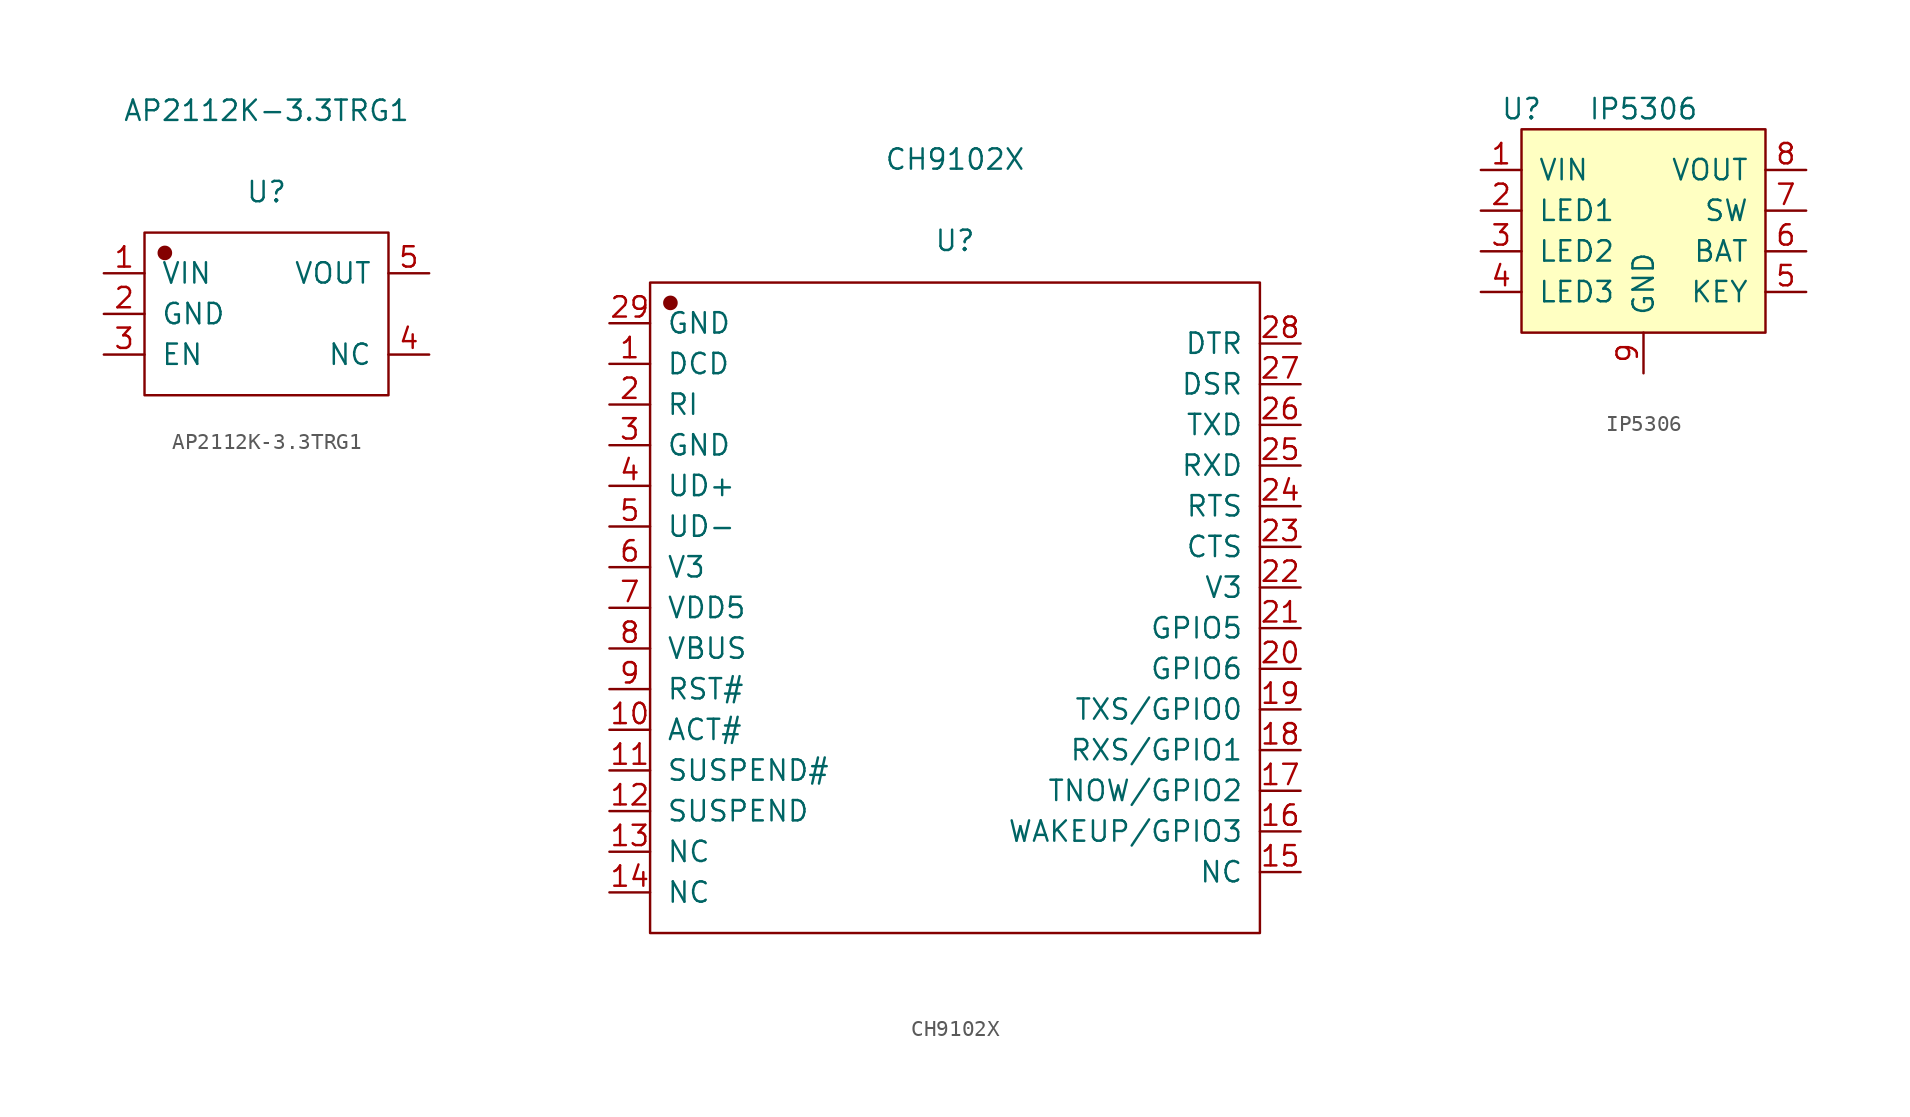
<source format=kicad_sym>
(kicad_symbol_lib
  (version 20220914)
  (generator kicad_symbol_editor)
  (symbol "AP2112K-3.3TRG1"
    (pin_names
      (offset 1.016))
    (property "Reference" "U"
      (at 0 7.62 0)
      (effects (font (size 1.27 1.27))))
    (property "Value" "AP2112K-3.3TRG1"
      (at 0 12.7 0)
      (effects (font (size 1.27 1.27))))
    (symbol "AP2112K-3.3TRG1_1_1"
      (rectangle (start -7.62 5.08) (end 7.62 -5.08) (stroke (width 0.152) (type default)) (fill (type none)))
      (circle (center -6.35 3.81) (radius 0.381) (stroke (width 0.152) (type default)) (fill (type outline)))
      (pin input line (at -10.16 2.54 0) (length 2.54) (name "VIN" (effects (font (size 1.27 1.27)))) (number "1" (effects (font (size 1.27 1.27)))))
      (pin input line (at -10.16 0 0) (length 2.54) (name "GND" (effects (font (size 1.27 1.27)))) (number "2" (effects (font (size 1.27 1.27)))))
      (pin input line (at -10.16 -2.54 0) (length 2.54) (name "EN" (effects (font (size 1.27 1.27)))) (number "3" (effects (font (size 1.27 1.27)))))
      (pin input line (at 10.16 -2.54 180) (length 2.54) (name "NC" (effects (font (size 1.27 1.27)))) (number "4" (effects (font (size 1.27 1.27)))))
      (pin input line (at 10.16 2.54 180) (length 2.54) (name "VOUT" (effects (font (size 1.27 1.27)))) (number "5" (effects (font (size 1.27 1.27)))))))
  (symbol "CH9102X"
    (pin_names
      (offset 1.016))
    (property "Reference" "U"
      (at 0 22.936 0)
      (effects (font (size 1.27 1.27))))
    (property "Value" "CH9102X"
      (at 0 28.016 0)
      (effects (font (size 1.27 1.27))))
    (symbol "CH9102X_1_1"
      (rectangle (start -19.05 20.32) (end 19.05 -20.32) (stroke (width 0.152) (type default)) (fill (type none)))
      (circle (center -17.78 19.05) (radius 0.381) (stroke (width 0.152) (type default)) (fill (type outline)))
      (pin input line (at -21.59 15.24 0) (length 2.54) (name "DCD" (effects (font (size 1.27 1.27)))) (number "1" (effects (font (size 1.27 1.27)))))
      (pin input line (at -21.59 -7.62 0) (length 2.54) (name "ACT#" (effects (font (size 1.27 1.27)))) (number "10" (effects (font (size 1.27 1.27)))))
      (pin input line (at -21.59 -10.16 0) (length 2.54) (name "SUSPEND#" (effects (font (size 1.27 1.27)))) (number "11" (effects (font (size 1.27 1.27)))))
      (pin input line (at -21.59 -12.7 0) (length 2.54) (name "SUSPEND" (effects (font (size 1.27 1.27)))) (number "12" (effects (font (size 1.27 1.27)))))
      (pin input line (at -21.59 -15.24 0) (length 2.54) (name "NC" (effects (font (size 1.27 1.27)))) (number "13" (effects (font (size 1.27 1.27)))))
      (pin input line (at -21.59 -17.78 0) (length 2.54) (name "NC" (effects (font (size 1.27 1.27)))) (number "14" (effects (font (size 1.27 1.27)))))
      (pin input line (at 21.59 -16.51 180) (length 2.54) (name "NC" (effects (font (size 1.27 1.27)))) (number "15" (effects (font (size 1.27 1.27)))))
      (pin input line (at 21.59 -13.97 180) (length 2.54) (name "WAKEUP/GPIO3" (effects (font (size 1.27 1.27)))) (number "16" (effects (font (size 1.27 1.27)))))
      (pin input line (at 21.59 -11.43 180) (length 2.54) (name "TNOW/GPIO2" (effects (font (size 1.27 1.27)))) (number "17" (effects (font (size 1.27 1.27)))))
      (pin input line (at 21.59 -8.89 180) (length 2.54) (name "RXS/GPIO1" (effects (font (size 1.27 1.27)))) (number "18" (effects (font (size 1.27 1.27)))))
      (pin input line (at 21.59 -6.35 180) (length 2.54) (name "TXS/GPIO0" (effects (font (size 1.27 1.27)))) (number "19" (effects (font (size 1.27 1.27)))))
      (pin input line (at -21.59 12.7 0) (length 2.54) (name "RI" (effects (font (size 1.27 1.27)))) (number "2" (effects (font (size 1.27 1.27)))))
      (pin input line (at 21.59 -3.81 180) (length 2.54) (name "GPIO6" (effects (font (size 1.27 1.27)))) (number "20" (effects (font (size 1.27 1.27)))))
      (pin input line (at 21.59 -1.27 180) (length 2.54) (name "GPIO5" (effects (font (size 1.27 1.27)))) (number "21" (effects (font (size 1.27 1.27)))))
      (pin input line (at 21.59 1.27 180) (length 2.54) (name "V3" (effects (font (size 1.27 1.27)))) (number "22" (effects (font (size 1.27 1.27)))))
      (pin input line (at 21.59 3.81 180) (length 2.54) (name "CTS" (effects (font (size 1.27 1.27)))) (number "23" (effects (font (size 1.27 1.27)))))
      (pin input line (at 21.59 6.35 180) (length 2.54) (name "RTS" (effects (font (size 1.27 1.27)))) (number "24" (effects (font (size 1.27 1.27)))))
      (pin input line (at 21.59 8.89 180) (length 2.54) (name "RXD" (effects (font (size 1.27 1.27)))) (number "25" (effects (font (size 1.27 1.27)))))
      (pin input line (at 21.59 11.43 180) (length 2.54) (name "TXD" (effects (font (size 1.27 1.27)))) (number "26" (effects (font (size 1.27 1.27)))))
      (pin input line (at 21.59 13.97 180) (length 2.54) (name "DSR" (effects (font (size 1.27 1.27)))) (number "27" (effects (font (size 1.27 1.27)))))
      (pin input line (at 21.59 16.51 180) (length 2.54) (name "DTR" (effects (font (size 1.27 1.27)))) (number "28" (effects (font (size 1.27 1.27)))))
      (pin input line (at -21.59 17.78 0) (length 2.54) (name "GND" (effects (font (size 1.27 1.27)))) (number "29" (effects (font (size 1.27 1.27)))))
      (pin input line (at -21.59 10.16 0) (length 2.54) (name "GND" (effects (font (size 1.27 1.27)))) (number "3" (effects (font (size 1.27 1.27)))))
      (pin input line (at -21.59 7.62 0) (length 2.54) (name "UD+" (effects (font (size 1.27 1.27)))) (number "4" (effects (font (size 1.27 1.27)))))
      (pin input line (at -21.59 5.08 0) (length 2.54) (name "UD-" (effects (font (size 1.27 1.27)))) (number "5" (effects (font (size 1.27 1.27)))))
      (pin input line (at -21.59 2.54 0) (length 2.54) (name "V3" (effects (font (size 1.27 1.27)))) (number "6" (effects (font (size 1.27 1.27)))))
      (pin input line (at -21.59 0 0) (length 2.54) (name "VDD5" (effects (font (size 1.27 1.27)))) (number "7" (effects (font (size 1.27 1.27)))))
      (pin input line (at -21.59 -2.54 0) (length 2.54) (name "VBUS" (effects (font (size 1.27 1.27)))) (number "8" (effects (font (size 1.27 1.27)))))
      (pin input line (at -21.59 -5.08 0) (length 2.54) (name "RST#" (effects (font (size 1.27 1.27)))) (number "9" (effects (font (size 1.27 1.27)))))))
  (symbol "IP5306"
    (pin_names
      (offset 1.016))
    (property "Reference" "U"
      (at 0 0 0)
      (effects (font (size 1.27 1.27))))
    (property "Value" "IP5306"
      (at 7.62 0 0)
      (effects (font (size 1.27 1.27))))
    (symbol "IP5306_0_1"
      (rectangle (start 0 -1.27) (end 15.24 -13.97) (stroke (width 0) (type default)) (fill (type background))))
    (symbol "IP5306_1_1"
      (pin power_in line (at -2.54 -3.81 0) (length 2.54) (name "VIN" (effects (font (size 1.27 1.27)))) (number "1" (effects (font (size 1.27 1.27)))))
      (pin passive line (at -2.54 -6.35 0) (length 2.54) (name "LED1" (effects (font (size 1.27 1.27)))) (number "2" (effects (font (size 1.27 1.27)))))
      (pin passive line (at -2.54 -8.89 0) (length 2.54) (name "LED2" (effects (font (size 1.27 1.27)))) (number "3" (effects (font (size 1.27 1.27)))))
      (pin passive line (at -2.54 -11.43 0) (length 2.54) (name "LED3" (effects (font (size 1.27 1.27)))) (number "4" (effects (font (size 1.27 1.27)))))
      (pin passive line (at 17.78 -11.43 180) (length 2.54) (name "KEY" (effects (font (size 1.27 1.27)))) (number "5" (effects (font (size 1.27 1.27)))))
      (pin passive line (at 17.78 -8.89 180) (length 2.54) (name "BAT" (effects (font (size 1.27 1.27)))) (number "6" (effects (font (size 1.27 1.27)))))
      (pin passive line (at 17.78 -6.35 180) (length 2.54) (name "SW" (effects (font (size 1.27 1.27)))) (number "7" (effects (font (size 1.27 1.27)))))
      (pin power_out line (at 17.78 -3.81 180) (length 2.54) (name "VOUT" (effects (font (size 1.27 1.27)))) (number "8" (effects (font (size 1.27 1.27)))))
      (pin power_in line (at 7.62 -16.51 90) (length 2.54) (name "GND" (effects (font (size 1.27 1.27)))) (number "9" (effects (font (size 1.27 1.27))))))))
</source>
